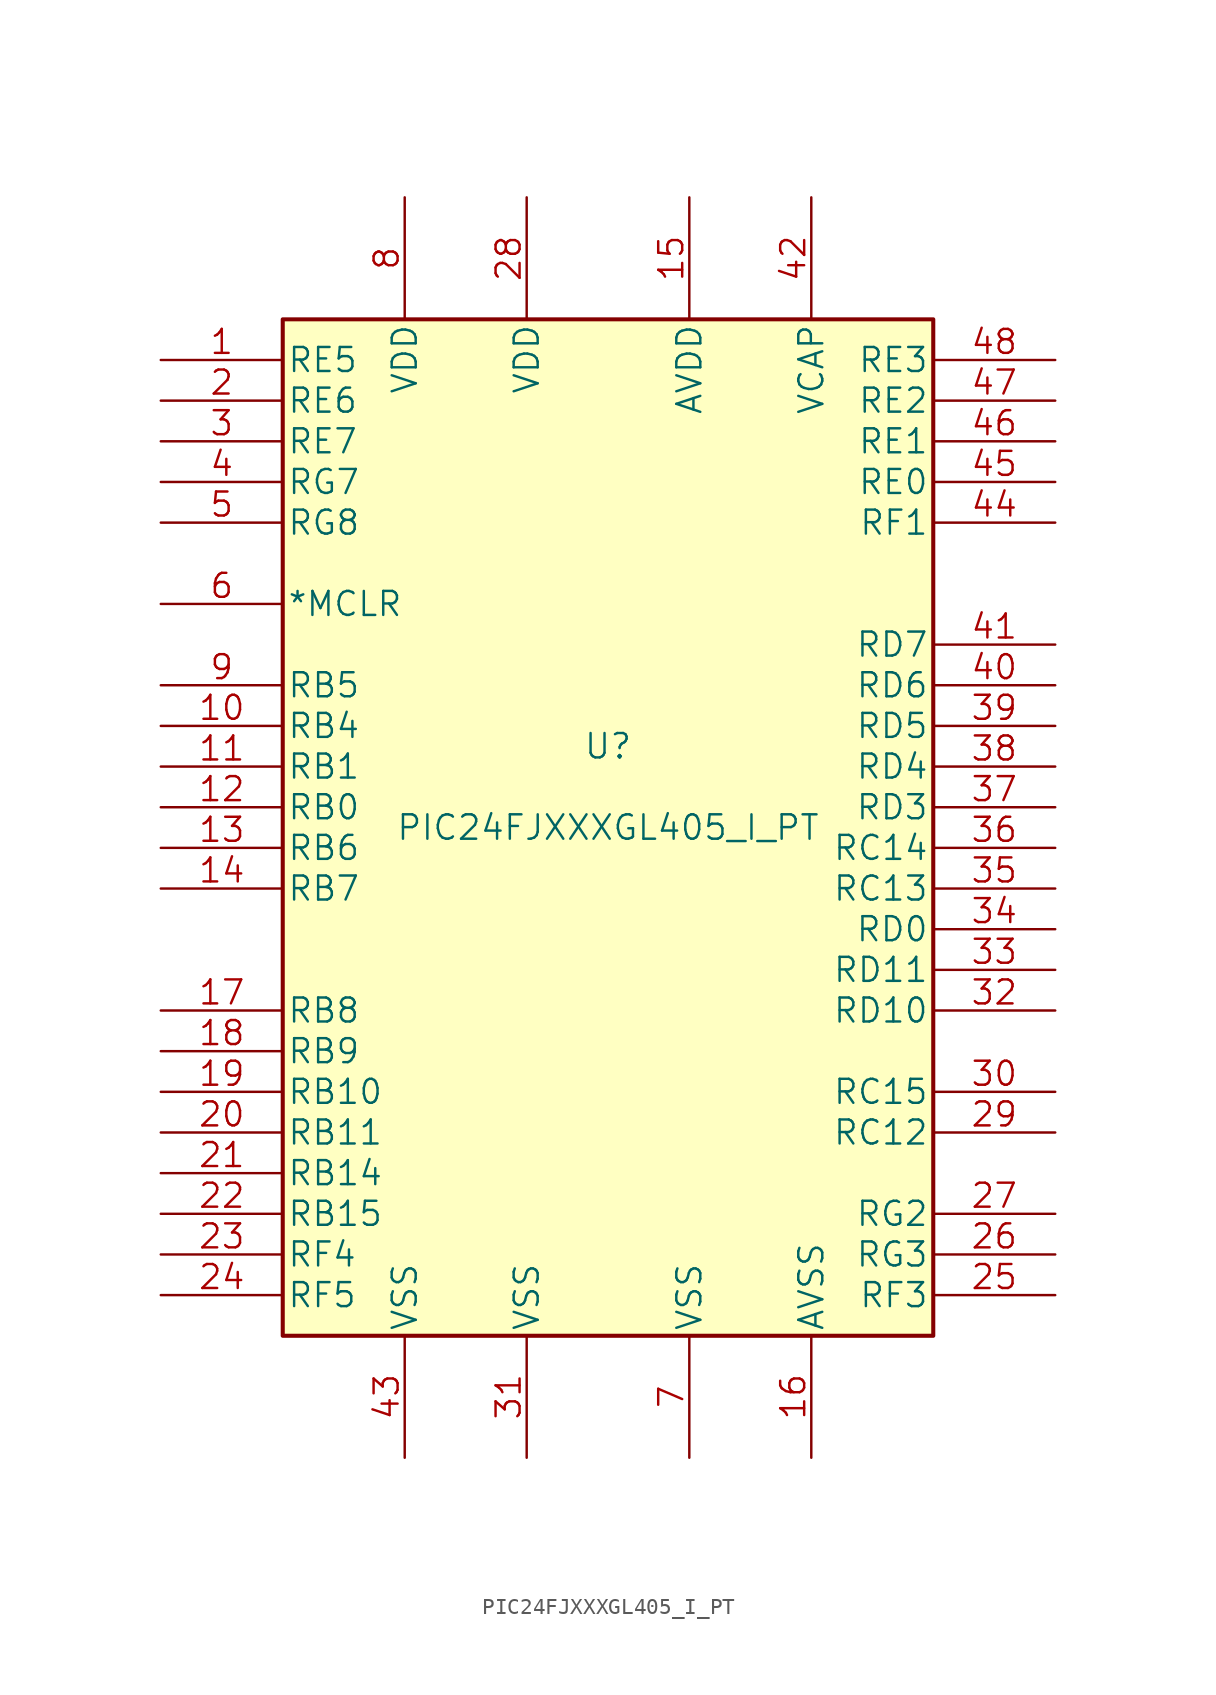
<source format=kicad_sym>
(kicad_symbol_lib
  (version 20211014)
  (generator kicad_symbol_editor)
  (symbol "PIC24FJXXXGL405_I_PT"
    (pin_names
      (offset 0.254))
    (property "Reference" "U"
      (at 0 5.08 0)
      (effects (font (size 1.524 1.524))))
    (property "Value" "PIC24FJXXXGL405_I_PT"
      (at 0 0 0)
      (effects (font (size 1.524 1.524))))
    (symbol "PIC24FJXXXGL405_I_PT_1_1"
      (rectangle (start -20.32 31.75) (end 20.32 -31.75) (stroke (width 0.254) (type default) (color 0 0 0 0)) (fill (type background)))
      (pin bidirectional line (at -27.94 29.21 0) (length 7.62) (name "RE5" (effects (font (size 1.499 1.499)))) (number "1" (effects (font (size 1.499 1.499)))))
      (pin bidirectional line (at -27.94 6.35 0) (length 7.62) (name "RB4" (effects (font (size 1.499 1.499)))) (number "10" (effects (font (size 1.499 1.499)))))
      (pin bidirectional line (at -27.94 3.81 0) (length 7.62) (name "RB1" (effects (font (size 1.499 1.499)))) (number "11" (effects (font (size 1.499 1.499)))))
      (pin bidirectional line (at -27.94 1.27 0) (length 7.62) (name "RB0" (effects (font (size 1.499 1.499)))) (number "12" (effects (font (size 1.499 1.499)))))
      (pin bidirectional line (at -27.94 -1.27 0) (length 7.62) (name "RB6" (effects (font (size 1.499 1.499)))) (number "13" (effects (font (size 1.499 1.499)))))
      (pin bidirectional line (at -27.94 -3.81 0) (length 7.62) (name "RB7" (effects (font (size 1.499 1.499)))) (number "14" (effects (font (size 1.499 1.499)))))
      (pin power_in line (at 5.08 39.37 270) (length 7.62) (name "AVDD" (effects (font (size 1.499 1.499)))) (number "15" (effects (font (size 1.499 1.499)))))
      (pin power_in line (at 12.7 -39.37 90) (length 7.62) (name "AVSS" (effects (font (size 1.499 1.499)))) (number "16" (effects (font (size 1.499 1.499)))))
      (pin bidirectional line (at -27.94 -11.43 0) (length 7.62) (name "RB8" (effects (font (size 1.499 1.499)))) (number "17" (effects (font (size 1.499 1.499)))))
      (pin bidirectional line (at -27.94 -13.97 0) (length 7.62) (name "RB9" (effects (font (size 1.499 1.499)))) (number "18" (effects (font (size 1.499 1.499)))))
      (pin bidirectional line (at -27.94 -16.51 0) (length 7.62) (name "RB10" (effects (font (size 1.499 1.499)))) (number "19" (effects (font (size 1.499 1.499)))))
      (pin bidirectional line (at -27.94 26.67 0) (length 7.62) (name "RE6" (effects (font (size 1.499 1.499)))) (number "2" (effects (font (size 1.499 1.499)))))
      (pin bidirectional line (at -27.94 -19.05 0) (length 7.62) (name "RB11" (effects (font (size 1.499 1.499)))) (number "20" (effects (font (size 1.499 1.499)))))
      (pin bidirectional line (at -27.94 -21.59 0) (length 7.62) (name "RB14" (effects (font (size 1.499 1.499)))) (number "21" (effects (font (size 1.499 1.499)))))
      (pin bidirectional line (at -27.94 -24.13 0) (length 7.62) (name "RB15" (effects (font (size 1.499 1.499)))) (number "22" (effects (font (size 1.499 1.499)))))
      (pin bidirectional line (at -27.94 -26.67 0) (length 7.62) (name "RF4" (effects (font (size 1.499 1.499)))) (number "23" (effects (font (size 1.499 1.499)))))
      (pin bidirectional line (at -27.94 -29.21 0) (length 7.62) (name "RF5" (effects (font (size 1.499 1.499)))) (number "24" (effects (font (size 1.499 1.499)))))
      (pin bidirectional line (at 27.94 -29.21 180) (length 7.62) (name "RF3" (effects (font (size 1.499 1.499)))) (number "25" (effects (font (size 1.499 1.499)))))
      (pin bidirectional line (at 27.94 -26.67 180) (length 7.62) (name "RG3" (effects (font (size 1.499 1.499)))) (number "26" (effects (font (size 1.499 1.499)))))
      (pin bidirectional line (at 27.94 -24.13 180) (length 7.62) (name "RG2" (effects (font (size 1.499 1.499)))) (number "27" (effects (font (size 1.499 1.499)))))
      (pin power_in line (at -5.08 39.37 270) (length 7.62) (name "VDD" (effects (font (size 1.499 1.499)))) (number "28" (effects (font (size 1.499 1.499)))))
      (pin bidirectional line (at 27.94 -19.05 180) (length 7.62) (name "RC12" (effects (font (size 1.499 1.499)))) (number "29" (effects (font (size 1.499 1.499)))))
      (pin bidirectional line (at -27.94 24.13 0) (length 7.62) (name "RE7" (effects (font (size 1.499 1.499)))) (number "3" (effects (font (size 1.499 1.499)))))
      (pin bidirectional line (at 27.94 -16.51 180) (length 7.62) (name "RC15" (effects (font (size 1.499 1.499)))) (number "30" (effects (font (size 1.499 1.499)))))
      (pin power_in line (at -5.08 -39.37 90) (length 7.62) (name "VSS" (effects (font (size 1.499 1.499)))) (number "31" (effects (font (size 1.499 1.499)))))
      (pin bidirectional line (at 27.94 -11.43 180) (length 7.62) (name "RD10" (effects (font (size 1.499 1.499)))) (number "32" (effects (font (size 1.499 1.499)))))
      (pin bidirectional line (at 27.94 -8.89 180) (length 7.62) (name "RD11" (effects (font (size 1.499 1.499)))) (number "33" (effects (font (size 1.499 1.499)))))
      (pin bidirectional line (at 27.94 -6.35 180) (length 7.62) (name "RD0" (effects (font (size 1.499 1.499)))) (number "34" (effects (font (size 1.499 1.499)))))
      (pin bidirectional line (at 27.94 -3.81 180) (length 7.62) (name "RC13" (effects (font (size 1.499 1.499)))) (number "35" (effects (font (size 1.499 1.499)))))
      (pin bidirectional line (at 27.94 -1.27 180) (length 7.62) (name "RC14" (effects (font (size 1.499 1.499)))) (number "36" (effects (font (size 1.499 1.499)))))
      (pin bidirectional line (at 27.94 1.27 180) (length 7.62) (name "RD3" (effects (font (size 1.499 1.499)))) (number "37" (effects (font (size 1.499 1.499)))))
      (pin bidirectional line (at 27.94 3.81 180) (length 7.62) (name "RD4" (effects (font (size 1.499 1.499)))) (number "38" (effects (font (size 1.499 1.499)))))
      (pin bidirectional line (at 27.94 6.35 180) (length 7.62) (name "RD5" (effects (font (size 1.499 1.499)))) (number "39" (effects (font (size 1.499 1.499)))))
      (pin bidirectional line (at -27.94 21.59 0) (length 7.62) (name "RG7" (effects (font (size 1.499 1.499)))) (number "4" (effects (font (size 1.499 1.499)))))
      (pin bidirectional line (at 27.94 8.89 180) (length 7.62) (name "RD6" (effects (font (size 1.499 1.499)))) (number "40" (effects (font (size 1.499 1.499)))))
      (pin bidirectional line (at 27.94 11.43 180) (length 7.62) (name "RD7" (effects (font (size 1.499 1.499)))) (number "41" (effects (font (size 1.499 1.499)))))
      (pin power_in line (at 12.7 39.37 270) (length 7.62) (name "VCAP" (effects (font (size 1.499 1.499)))) (number "42" (effects (font (size 1.499 1.499)))))
      (pin power_in line (at -12.7 -39.37 90) (length 7.62) (name "VSS" (effects (font (size 1.499 1.499)))) (number "43" (effects (font (size 1.499 1.499)))))
      (pin bidirectional line (at 27.94 19.05 180) (length 7.62) (name "RF1" (effects (font (size 1.499 1.499)))) (number "44" (effects (font (size 1.499 1.499)))))
      (pin bidirectional line (at 27.94 21.59 180) (length 7.62) (name "RE0" (effects (font (size 1.499 1.499)))) (number "45" (effects (font (size 1.499 1.499)))))
      (pin bidirectional line (at 27.94 24.13 180) (length 7.62) (name "RE1" (effects (font (size 1.499 1.499)))) (number "46" (effects (font (size 1.499 1.499)))))
      (pin bidirectional line (at 27.94 26.67 180) (length 7.62) (name "RE2" (effects (font (size 1.499 1.499)))) (number "47" (effects (font (size 1.499 1.499)))))
      (pin bidirectional line (at 27.94 29.21 180) (length 7.62) (name "RE3" (effects (font (size 1.499 1.499)))) (number "48" (effects (font (size 1.499 1.499)))))
      (pin bidirectional line (at -27.94 19.05 0) (length 7.62) (name "RG8" (effects (font (size 1.499 1.499)))) (number "5" (effects (font (size 1.499 1.499)))))
      (pin input line (at -27.94 13.97 0) (length 7.62) (name "*MCLR" (effects (font (size 1.499 1.499)))) (number "6" (effects (font (size 1.499 1.499)))))
      (pin power_in line (at 5.08 -39.37 90) (length 7.62) (name "VSS" (effects (font (size 1.499 1.499)))) (number "7" (effects (font (size 1.499 1.499)))))
      (pin power_in line (at -12.7 39.37 270) (length 7.62) (name "VDD" (effects (font (size 1.499 1.499)))) (number "8" (effects (font (size 1.499 1.499)))))
      (pin bidirectional line (at -27.94 8.89 0) (length 7.62) (name "RB5" (effects (font (size 1.499 1.499)))) (number "9" (effects (font (size 1.499 1.499))))))))
</source>
